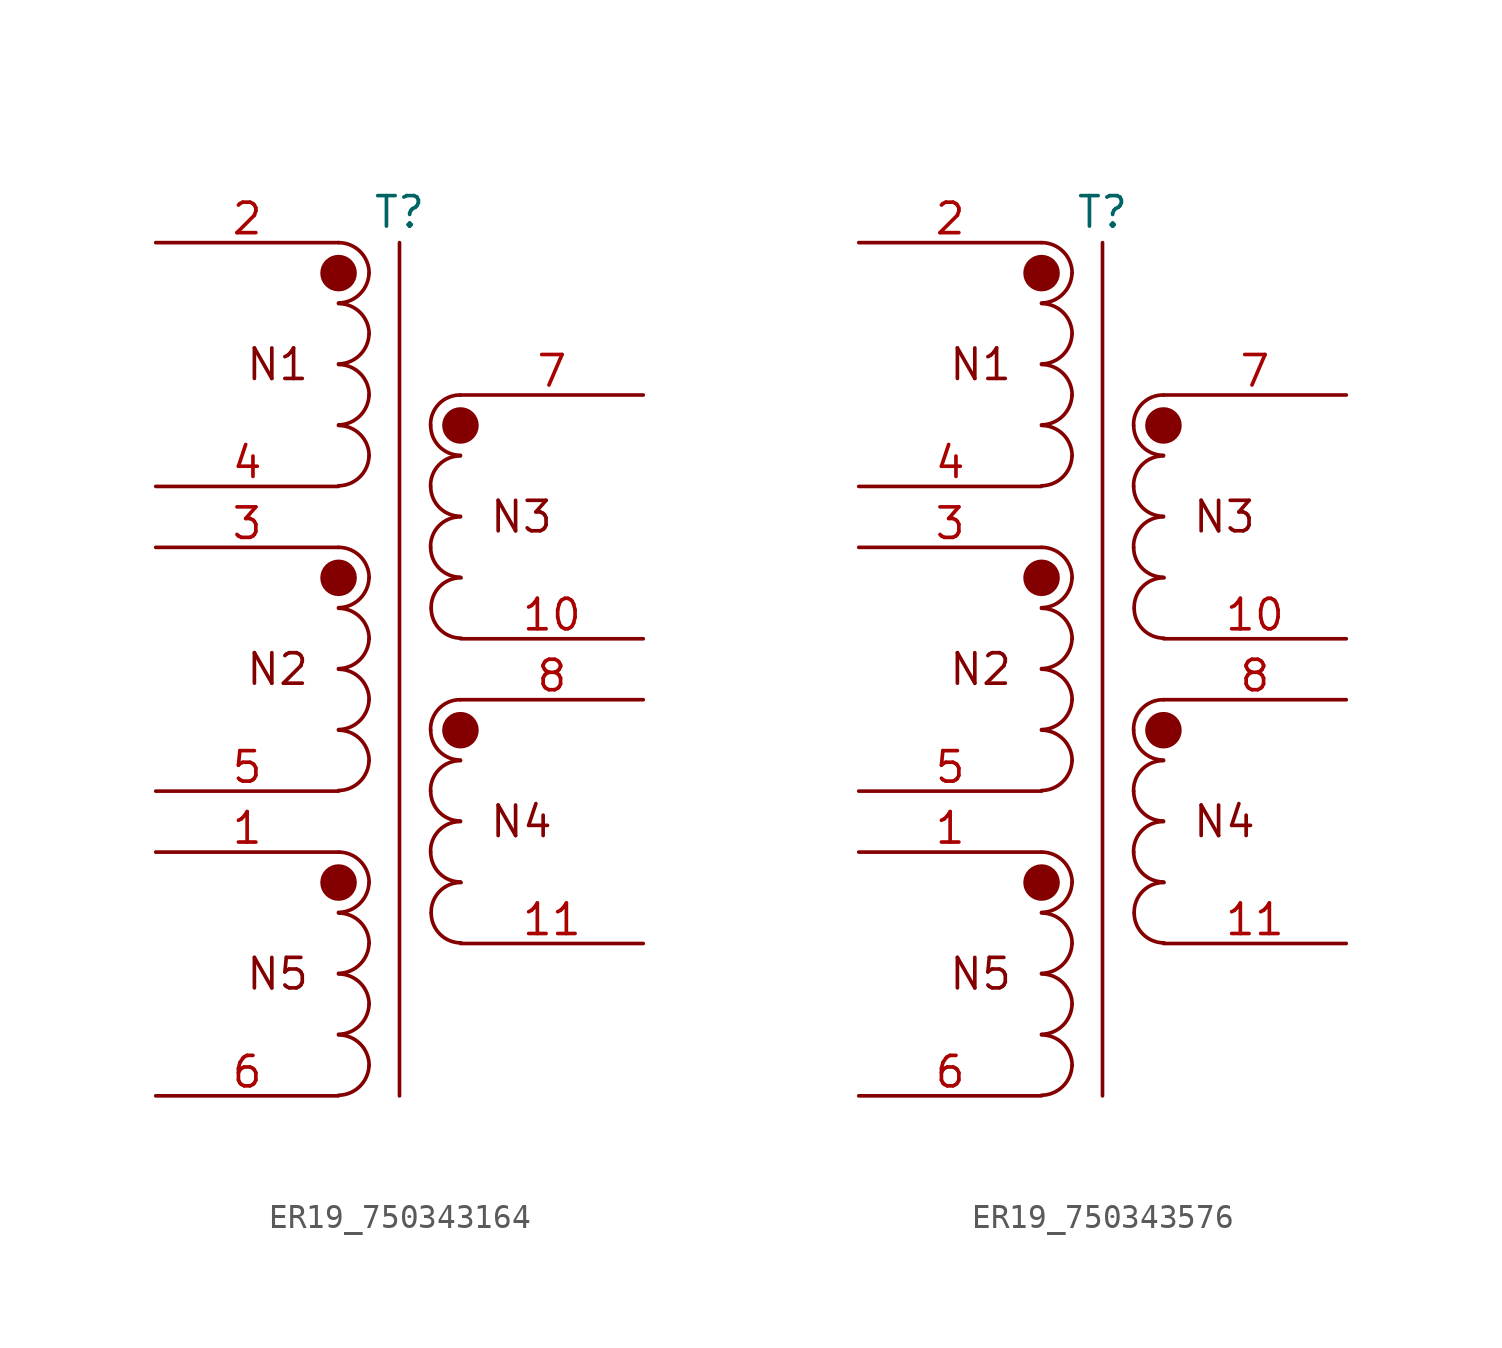
<source format=kicad_sym>
(kicad_symbol_lib
  (version 20220914)
  (generator kicad_symbol_editor)
  (symbol "ER19_750343164"
    (pin_names hide)
    (property "Reference" "T"
      (at 0 19.05 0)
      (effects (font (size 1.27 1.27))))
    (property "Critical Parameter" ""
      (at 0 -5.08 0)
      (effects (font (size 1.27 1.27)) (justify left)))
    (symbol "ER19_750343164_0_1"
      (arc (start -2.54 -17.7546) (mid -1.6561 -17.3863) (end -1.27 -16.51) (stroke (width 0) (type default)) (fill (type none)))
      (arc (start -2.54 -15.2146) (mid -1.6561 -14.8463) (end -1.27 -13.97) (stroke (width 0) (type default)) (fill (type none)))
      (arc (start -2.54 -12.6746) (mid -1.6561 -12.3063) (end -1.27 -11.43) (stroke (width 0) (type default)) (fill (type none)))
      (arc (start -2.54 -10.1346) (mid -1.6561 -9.7663) (end -1.27 -8.89) (stroke (width 0) (type default)) (fill (type none)))
      (arc (start -2.54 -5.0546) (mid -1.6561 -4.6863) (end -1.27 -3.81) (stroke (width 0) (type default)) (fill (type none)))
      (arc (start -2.54 -2.5146) (mid -1.6561 -2.1463) (end -1.27 -1.27) (stroke (width 0) (type default)) (fill (type none)))
      (arc (start -2.54 0.0254) (mid -1.6561 0.3937) (end -1.27 1.27) (stroke (width 0) (type default)) (fill (type none)))
      (arc (start -2.54 2.5654) (mid -1.6561 2.9337) (end -1.27 3.81) (stroke (width 0) (type default)) (fill (type none)))
      (arc (start -2.54 7.6454) (mid -1.6561 8.0137) (end -1.27 8.89) (stroke (width 0) (type default)) (fill (type none)))
      (arc (start -2.54 10.1854) (mid -1.6561 10.5537) (end -1.27 11.43) (stroke (width 0) (type default)) (fill (type none)))
      (arc (start -2.54 12.7254) (mid -1.6561 13.0937) (end -1.27 13.97) (stroke (width 0) (type default)) (fill (type none)))
      (arc (start -2.54 15.2654) (mid -1.6561 15.6337) (end -1.27 16.51) (stroke (width 0) (type default)) (fill (type none)))
      (arc (start -1.27 -16.51) (mid -1.642 -15.612) (end -2.54 -15.24) (stroke (width 0) (type default)) (fill (type none)))
      (arc (start -1.27 -13.97) (mid -1.642 -13.072) (end -2.54 -12.7) (stroke (width 0) (type default)) (fill (type none)))
      (arc (start -1.27 -11.43) (mid -1.642 -10.532) (end -2.54 -10.16) (stroke (width 0) (type default)) (fill (type none)))
      (arc (start -1.27 -8.89) (mid -1.642 -7.992) (end -2.54 -7.62) (stroke (width 0) (type default)) (fill (type none)))
      (arc (start -1.27 -3.81) (mid -1.642 -2.912) (end -2.54 -2.54) (stroke (width 0) (type default)) (fill (type none)))
      (arc (start -1.27 -1.27) (mid -1.642 -0.372) (end -2.54 0) (stroke (width 0) (type default)) (fill (type none)))
      (arc (start -1.27 1.27) (mid -1.642 2.168) (end -2.54 2.54) (stroke (width 0) (type default)) (fill (type none)))
      (arc (start -1.27 3.81) (mid -1.642 4.708) (end -2.54 5.08) (stroke (width 0) (type default)) (fill (type none)))
      (arc (start -1.27 8.89) (mid -1.642 9.788) (end -2.54 10.16) (stroke (width 0) (type default)) (fill (type none)))
      (arc (start -1.27 11.43) (mid -1.642 12.328) (end -2.54 12.7) (stroke (width 0) (type default)) (fill (type none)))
      (arc (start -1.27 13.97) (mid -1.642 14.868) (end -2.54 15.24) (stroke (width 0) (type default)) (fill (type none)))
      (arc (start -1.27 16.51) (mid -1.642 17.408) (end -2.54 17.78) (stroke (width 0) (type default)) (fill (type none)))
      (polyline (pts (xy 0 17.78) (xy 0 -17.78)) (stroke (width 0) (type default)) (fill (type none)))
      (arc (start 1.2954 -7.62) (mid 1.66 -8.4999) (end 2.54 -8.8646) (stroke (width 0) (type default)) (fill (type none)))
      (arc (start 1.2954 -5.08) (mid 1.66 -5.9599) (end 2.54 -6.3246) (stroke (width 0) (type default)) (fill (type none)))
      (arc (start 1.2954 -2.54) (mid 1.66 -3.4199) (end 2.54 -3.7846) (stroke (width 0) (type default)) (fill (type none)))
      (arc (start 1.2954 5.08) (mid 1.66 4.2001) (end 2.54 3.8354) (stroke (width 0) (type default)) (fill (type none)))
      (arc (start 1.2954 7.62) (mid 1.66 6.7401) (end 2.54 6.3754) (stroke (width 0) (type default)) (fill (type none)))
      (arc (start 1.2954 10.16) (mid 1.66 9.2801) (end 2.54 8.9154) (stroke (width 0) (type default)) (fill (type none)))
      (arc (start 1.3208 -10.16) (mid 1.6855 -11.0399) (end 2.5654 -11.4046) (stroke (width 0) (type default)) (fill (type none)))
      (arc (start 1.3208 2.54) (mid 1.6855 1.6601) (end 2.5654 1.2954) (stroke (width 0) (type default)) (fill (type none)))
      (arc (start 2.54 -6.35) (mid 1.6461 -6.7186) (end 1.2954 -7.62) (stroke (width 0) (type default)) (fill (type none)))
      (arc (start 2.54 -3.81) (mid 1.6461 -4.1786) (end 1.2954 -5.08) (stroke (width 0) (type default)) (fill (type none)))
      (arc (start 2.54 -1.27) (mid 1.6461 -1.6386) (end 1.2954 -2.54) (stroke (width 0) (type default)) (fill (type none)))
      (arc (start 2.54 6.35) (mid 1.6461 5.9814) (end 1.2954 5.08) (stroke (width 0) (type default)) (fill (type none)))
      (arc (start 2.54 8.89) (mid 1.6461 8.5214) (end 1.2954 7.62) (stroke (width 0) (type default)) (fill (type none)))
      (arc (start 2.54 11.43) (mid 1.6461 11.0614) (end 1.2954 10.16) (stroke (width 0) (type default)) (fill (type none)))
      (arc (start 2.5654 -8.89) (mid 1.6705 -9.2581) (end 1.3208 -10.16) (stroke (width 0) (type default)) (fill (type none)))
      (arc (start 2.5654 3.81) (mid 1.6705 3.4419) (end 1.3208 2.54) (stroke (width 0) (type default)) (fill (type none))))
    (symbol "ER19_750343164_1_1"
      (circle (center -2.54 -8.89) (radius 0.0001) (stroke (width 0.762) (type default)) (fill (type none)))
      (circle (center -2.54 3.81) (radius 0.0001) (stroke (width 0.762) (type default)) (fill (type none)))
      (circle (center -2.54 16.51) (radius 0.0001) (stroke (width 0.762) (type default)) (fill (type none)))
      (circle (center 2.54 -2.54) (radius 0.0001) (stroke (width 0.762) (type default)) (fill (type none)))
      (circle (center 2.54 10.16) (radius 0.0001) (stroke (width 0.762) (type default)) (fill (type none)))
      (text "N1" (at -5.08 12.7 0) (effects (font (size 1.27 1.27))))
      (text "N2" (at -5.08 0 0) (effects (font (size 1.27 1.27))))
      (text "N3" (at 5.08 6.35 0) (effects (font (size 1.27 1.27))))
      (text "N4" (at 5.08 -6.35 0) (effects (font (size 1.27 1.27))))
      (text "N5" (at -5.08 -12.7 0) (effects (font (size 1.27 1.27))))
      (pin passive line (at -10.16 -7.62 0) (length 7.62) (name "1" (effects (font (size 1.27 1.27)))) (number "1" (effects (font (size 1.27 1.27)))))
      (pin passive line (at 10.16 1.27 180) (length 7.62) (name "10" (effects (font (size 1.27 1.27)))) (number "10" (effects (font (size 1.27 1.27)))))
      (pin passive line (at 10.16 -11.43 180) (length 7.62) (name "11" (effects (font (size 1.27 1.27)))) (number "11" (effects (font (size 1.27 1.27)))))
      (pin passive line (at -10.16 17.78 0) (length 7.62) (name "2" (effects (font (size 1.27 1.27)))) (number "2" (effects (font (size 1.27 1.27)))))
      (pin passive line (at -10.16 5.08 0) (length 7.62) (name "3" (effects (font (size 1.27 1.27)))) (number "3" (effects (font (size 1.27 1.27)))))
      (pin passive line (at -10.16 7.62 0) (length 7.62) (name "4" (effects (font (size 1.27 1.27)))) (number "4" (effects (font (size 1.27 1.27)))))
      (pin passive line (at -10.16 -5.08 0) (length 7.62) (name "5" (effects (font (size 1.27 1.27)))) (number "5" (effects (font (size 1.27 1.27)))))
      (pin passive line (at -10.16 -17.78 0) (length 7.62) (name "6" (effects (font (size 1.27 1.27)))) (number "6" (effects (font (size 1.27 1.27)))))
      (pin passive line (at 10.16 11.43 180) (length 7.62) (name "7" (effects (font (size 1.27 1.27)))) (number "7" (effects (font (size 1.27 1.27)))))
      (pin passive line (at 10.16 -1.27 180) (length 7.62) (name "8" (effects (font (size 1.27 1.27)))) (number "8" (effects (font (size 1.27 1.27)))))))
  (symbol "ER19_750343576"
    (pin_names hide)
    (property "Reference" "T"
      (at 0 19.05 0)
      (effects (font (size 1.27 1.27))))
    (property "Critical Parameter" ""
      (at 0 -5.08 0)
      (effects (font (size 1.27 1.27)) (justify left)))
    (symbol "ER19_750343576_0_1"
      (arc (start -2.54 -17.7546) (mid -1.6561 -17.3863) (end -1.27 -16.51) (stroke (width 0) (type default)) (fill (type none)))
      (arc (start -2.54 -15.2146) (mid -1.6561 -14.8463) (end -1.27 -13.97) (stroke (width 0) (type default)) (fill (type none)))
      (arc (start -2.54 -12.6746) (mid -1.6561 -12.3063) (end -1.27 -11.43) (stroke (width 0) (type default)) (fill (type none)))
      (arc (start -2.54 -10.1346) (mid -1.6561 -9.7663) (end -1.27 -8.89) (stroke (width 0) (type default)) (fill (type none)))
      (arc (start -2.54 -5.0546) (mid -1.6561 -4.6863) (end -1.27 -3.81) (stroke (width 0) (type default)) (fill (type none)))
      (arc (start -2.54 -2.5146) (mid -1.6561 -2.1463) (end -1.27 -1.27) (stroke (width 0) (type default)) (fill (type none)))
      (arc (start -2.54 0.0254) (mid -1.6561 0.3937) (end -1.27 1.27) (stroke (width 0) (type default)) (fill (type none)))
      (arc (start -2.54 2.5654) (mid -1.6561 2.9337) (end -1.27 3.81) (stroke (width 0) (type default)) (fill (type none)))
      (arc (start -2.54 7.6454) (mid -1.6561 8.0137) (end -1.27 8.89) (stroke (width 0) (type default)) (fill (type none)))
      (arc (start -2.54 10.1854) (mid -1.6561 10.5537) (end -1.27 11.43) (stroke (width 0) (type default)) (fill (type none)))
      (arc (start -2.54 12.7254) (mid -1.6561 13.0937) (end -1.27 13.97) (stroke (width 0) (type default)) (fill (type none)))
      (arc (start -2.54 15.2654) (mid -1.6561 15.6337) (end -1.27 16.51) (stroke (width 0) (type default)) (fill (type none)))
      (arc (start -1.27 -16.51) (mid -1.642 -15.612) (end -2.54 -15.24) (stroke (width 0) (type default)) (fill (type none)))
      (arc (start -1.27 -13.97) (mid -1.642 -13.072) (end -2.54 -12.7) (stroke (width 0) (type default)) (fill (type none)))
      (arc (start -1.27 -11.43) (mid -1.642 -10.532) (end -2.54 -10.16) (stroke (width 0) (type default)) (fill (type none)))
      (arc (start -1.27 -8.89) (mid -1.642 -7.992) (end -2.54 -7.62) (stroke (width 0) (type default)) (fill (type none)))
      (arc (start -1.27 -3.81) (mid -1.642 -2.912) (end -2.54 -2.54) (stroke (width 0) (type default)) (fill (type none)))
      (arc (start -1.27 -1.27) (mid -1.642 -0.372) (end -2.54 0) (stroke (width 0) (type default)) (fill (type none)))
      (arc (start -1.27 1.27) (mid -1.642 2.168) (end -2.54 2.54) (stroke (width 0) (type default)) (fill (type none)))
      (arc (start -1.27 3.81) (mid -1.642 4.708) (end -2.54 5.08) (stroke (width 0) (type default)) (fill (type none)))
      (arc (start -1.27 8.89) (mid -1.642 9.788) (end -2.54 10.16) (stroke (width 0) (type default)) (fill (type none)))
      (arc (start -1.27 11.43) (mid -1.642 12.328) (end -2.54 12.7) (stroke (width 0) (type default)) (fill (type none)))
      (arc (start -1.27 13.97) (mid -1.642 14.868) (end -2.54 15.24) (stroke (width 0) (type default)) (fill (type none)))
      (arc (start -1.27 16.51) (mid -1.642 17.408) (end -2.54 17.78) (stroke (width 0) (type default)) (fill (type none)))
      (polyline (pts (xy 0 17.78) (xy 0 -17.78)) (stroke (width 0) (type default)) (fill (type none)))
      (arc (start 1.2954 -7.62) (mid 1.66 -8.4999) (end 2.54 -8.8646) (stroke (width 0) (type default)) (fill (type none)))
      (arc (start 1.2954 -5.08) (mid 1.66 -5.9599) (end 2.54 -6.3246) (stroke (width 0) (type default)) (fill (type none)))
      (arc (start 1.2954 -2.54) (mid 1.66 -3.4199) (end 2.54 -3.7846) (stroke (width 0) (type default)) (fill (type none)))
      (arc (start 1.2954 5.08) (mid 1.66 4.2001) (end 2.54 3.8354) (stroke (width 0) (type default)) (fill (type none)))
      (arc (start 1.2954 7.62) (mid 1.66 6.7401) (end 2.54 6.3754) (stroke (width 0) (type default)) (fill (type none)))
      (arc (start 1.2954 10.16) (mid 1.66 9.2801) (end 2.54 8.9154) (stroke (width 0) (type default)) (fill (type none)))
      (arc (start 1.3208 -10.16) (mid 1.6855 -11.0399) (end 2.5654 -11.4046) (stroke (width 0) (type default)) (fill (type none)))
      (arc (start 1.3208 2.54) (mid 1.6855 1.6601) (end 2.5654 1.2954) (stroke (width 0) (type default)) (fill (type none)))
      (arc (start 2.54 -6.35) (mid 1.6461 -6.7186) (end 1.2954 -7.62) (stroke (width 0) (type default)) (fill (type none)))
      (arc (start 2.54 -3.81) (mid 1.6461 -4.1786) (end 1.2954 -5.08) (stroke (width 0) (type default)) (fill (type none)))
      (arc (start 2.54 -1.27) (mid 1.6461 -1.6386) (end 1.2954 -2.54) (stroke (width 0) (type default)) (fill (type none)))
      (arc (start 2.54 6.35) (mid 1.6461 5.9814) (end 1.2954 5.08) (stroke (width 0) (type default)) (fill (type none)))
      (arc (start 2.54 8.89) (mid 1.6461 8.5214) (end 1.2954 7.62) (stroke (width 0) (type default)) (fill (type none)))
      (arc (start 2.54 11.43) (mid 1.6461 11.0614) (end 1.2954 10.16) (stroke (width 0) (type default)) (fill (type none)))
      (arc (start 2.5654 -8.89) (mid 1.6705 -9.2581) (end 1.3208 -10.16) (stroke (width 0) (type default)) (fill (type none)))
      (arc (start 2.5654 3.81) (mid 1.6705 3.4419) (end 1.3208 2.54) (stroke (width 0) (type default)) (fill (type none))))
    (symbol "ER19_750343576_1_1"
      (circle (center -2.54 -8.89) (radius 0.0001) (stroke (width 0.762) (type default)) (fill (type none)))
      (circle (center -2.54 3.81) (radius 0.0001) (stroke (width 0.762) (type default)) (fill (type none)))
      (circle (center -2.54 16.51) (radius 0.0001) (stroke (width 0.762) (type default)) (fill (type none)))
      (circle (center 2.54 -2.54) (radius 0.0001) (stroke (width 0.762) (type default)) (fill (type none)))
      (circle (center 2.54 10.16) (radius 0.0001) (stroke (width 0.762) (type default)) (fill (type none)))
      (text "N1" (at -5.08 12.7 0) (effects (font (size 1.27 1.27))))
      (text "N2" (at -5.08 0 0) (effects (font (size 1.27 1.27))))
      (text "N3" (at 5.08 6.35 0) (effects (font (size 1.27 1.27))))
      (text "N4" (at 5.08 -6.35 0) (effects (font (size 1.27 1.27))))
      (text "N5" (at -5.08 -12.7 0) (effects (font (size 1.27 1.27))))
      (pin passive line (at -10.16 -7.62 0) (length 7.62) (name "1" (effects (font (size 1.27 1.27)))) (number "1" (effects (font (size 1.27 1.27)))))
      (pin passive line (at 10.16 1.27 180) (length 7.62) (name "10" (effects (font (size 1.27 1.27)))) (number "10" (effects (font (size 1.27 1.27)))))
      (pin passive line (at 10.16 -11.43 180) (length 7.62) (name "11" (effects (font (size 1.27 1.27)))) (number "11" (effects (font (size 1.27 1.27)))))
      (pin passive line (at -10.16 17.78 0) (length 7.62) (name "2" (effects (font (size 1.27 1.27)))) (number "2" (effects (font (size 1.27 1.27)))))
      (pin passive line (at -10.16 5.08 0) (length 7.62) (name "3" (effects (font (size 1.27 1.27)))) (number "3" (effects (font (size 1.27 1.27)))))
      (pin passive line (at -10.16 7.62 0) (length 7.62) (name "4" (effects (font (size 1.27 1.27)))) (number "4" (effects (font (size 1.27 1.27)))))
      (pin passive line (at -10.16 -5.08 0) (length 7.62) (name "5" (effects (font (size 1.27 1.27)))) (number "5" (effects (font (size 1.27 1.27)))))
      (pin passive line (at -10.16 -17.78 0) (length 7.62) (name "6" (effects (font (size 1.27 1.27)))) (number "6" (effects (font (size 1.27 1.27)))))
      (pin passive line (at 10.16 11.43 180) (length 7.62) (name "7" (effects (font (size 1.27 1.27)))) (number "7" (effects (font (size 1.27 1.27)))))
      (pin passive line (at 10.16 -1.27 180) (length 7.62) (name "8" (effects (font (size 1.27 1.27)))) (number "8" (effects (font (size 1.27 1.27))))))))
</source>
